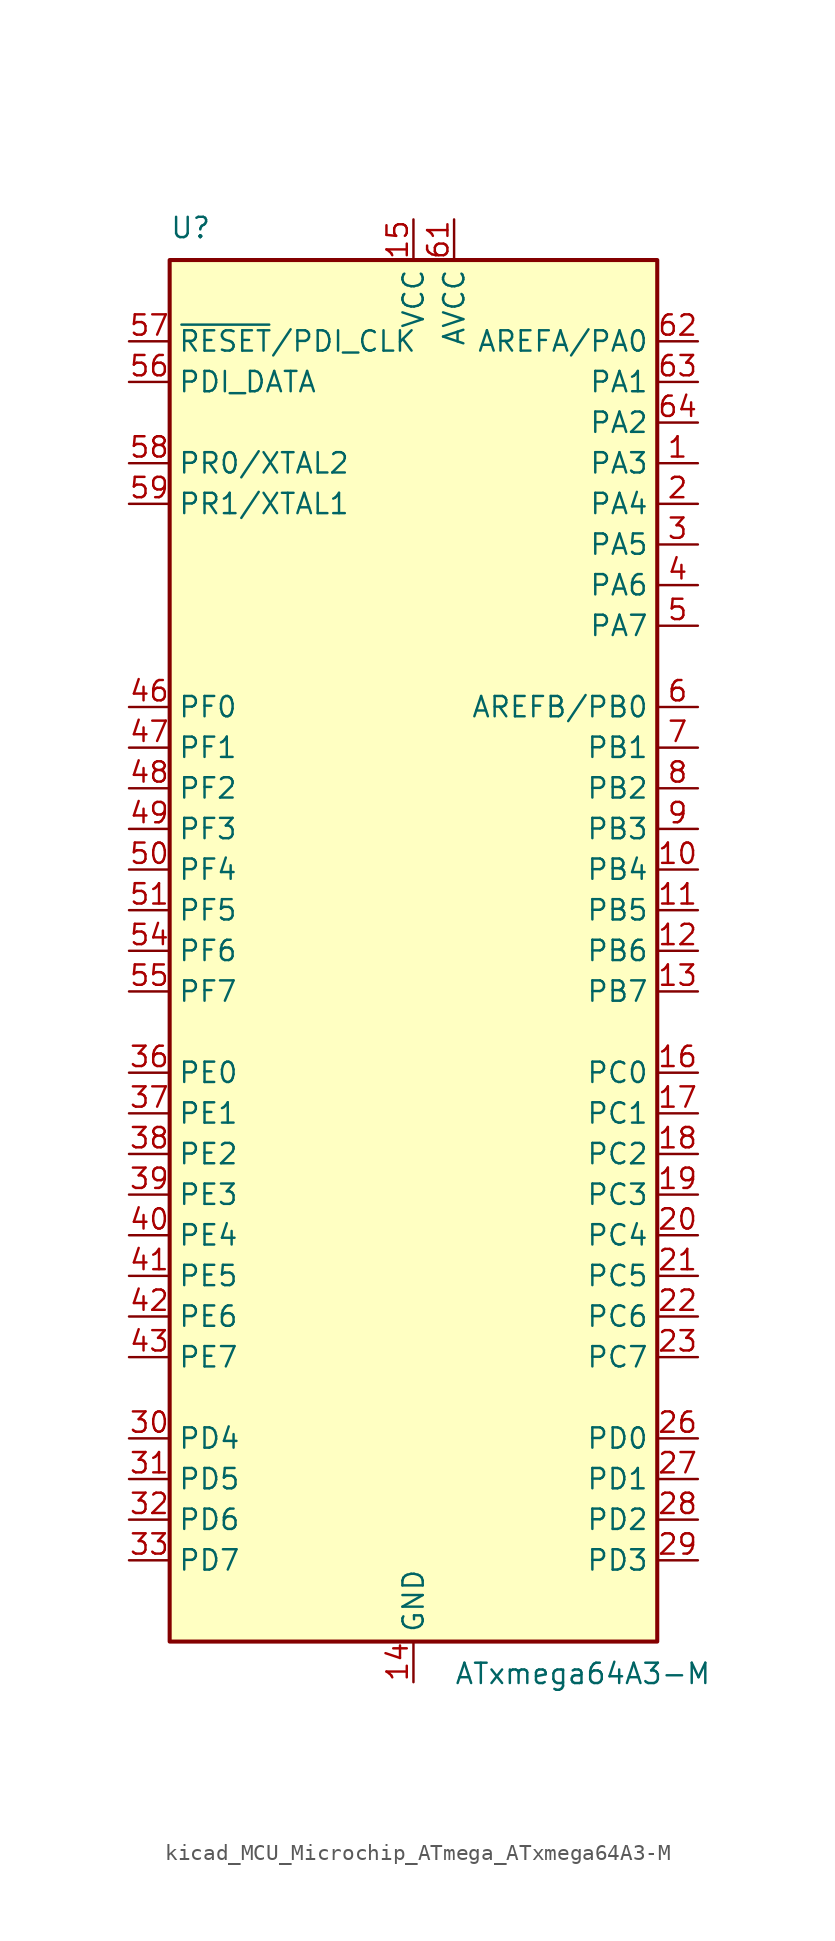
<source format=kicad_sym>
(kicad_symbol_lib
  (version 20220914)
  (generator kicad_symbol_editor)
  (symbol "kicad_MCU_Microchip_ATmega_ATxmega64A3-M"
    (property "Reference" "U"
      (at -15.24 44.45 0)
      (effects (font (size 1.27 1.27)) (justify left bottom)))
    (property "Value" "ATxmega64A3-M"
      (at 2.54 -44.45 0)
      (effects (font (size 1.27 1.27)) (justify left top)))
    (symbol "kicad_MCU_Microchip_ATmega_ATxmega64A3-M_0_1"
      (rectangle (start -15.24 -43.18) (end 15.24 43.18) (stroke (width 0.254) (type default)) (fill (type background))))
    (symbol "kicad_MCU_Microchip_ATmega_ATxmega64A3-M_1_1"
      (pin bidirectional line (at 17.78 30.48 180) (length 2.54) (name "PA3" (effects (font (size 1.27 1.27)))) (number "1" (effects (font (size 1.27 1.27)))))
      (pin bidirectional line (at 17.78 5.08 180) (length 2.54) (name "PB4" (effects (font (size 1.27 1.27)))) (number "10" (effects (font (size 1.27 1.27)))))
      (pin bidirectional line (at 17.78 2.54 180) (length 2.54) (name "PB5" (effects (font (size 1.27 1.27)))) (number "11" (effects (font (size 1.27 1.27)))))
      (pin bidirectional line (at 17.78 0 180) (length 2.54) (name "PB6" (effects (font (size 1.27 1.27)))) (number "12" (effects (font (size 1.27 1.27)))))
      (pin bidirectional line (at 17.78 -2.54 180) (length 2.54) (name "PB7" (effects (font (size 1.27 1.27)))) (number "13" (effects (font (size 1.27 1.27)))))
      (pin power_in line (at 0 -45.72 90) (length 2.54) (name "GND" (effects (font (size 1.27 1.27)))) (number "14" (effects (font (size 1.27 1.27)))))
      (pin power_in line (at 0 45.72 270) (length 2.54) (name "VCC" (effects (font (size 1.27 1.27)))) (number "15" (effects (font (size 1.27 1.27)))))
      (pin bidirectional line (at 17.78 -7.62 180) (length 2.54) (name "PC0" (effects (font (size 1.27 1.27)))) (number "16" (effects (font (size 1.27 1.27)))))
      (pin bidirectional line (at 17.78 -10.16 180) (length 2.54) (name "PC1" (effects (font (size 1.27 1.27)))) (number "17" (effects (font (size 1.27 1.27)))))
      (pin bidirectional line (at 17.78 -12.7 180) (length 2.54) (name "PC2" (effects (font (size 1.27 1.27)))) (number "18" (effects (font (size 1.27 1.27)))))
      (pin bidirectional line (at 17.78 -15.24 180) (length 2.54) (name "PC3" (effects (font (size 1.27 1.27)))) (number "19" (effects (font (size 1.27 1.27)))))
      (pin bidirectional line (at 17.78 27.94 180) (length 2.54) (name "PA4" (effects (font (size 1.27 1.27)))) (number "2" (effects (font (size 1.27 1.27)))))
      (pin bidirectional line (at 17.78 -17.78 180) (length 2.54) (name "PC4" (effects (font (size 1.27 1.27)))) (number "20" (effects (font (size 1.27 1.27)))))
      (pin bidirectional line (at 17.78 -20.32 180) (length 2.54) (name "PC5" (effects (font (size 1.27 1.27)))) (number "21" (effects (font (size 1.27 1.27)))))
      (pin bidirectional line (at 17.78 -22.86 180) (length 2.54) (name "PC6" (effects (font (size 1.27 1.27)))) (number "22" (effects (font (size 1.27 1.27)))))
      (pin bidirectional line (at 17.78 -25.4 180) (length 2.54) (name "PC7" (effects (font (size 1.27 1.27)))) (number "23" (effects (font (size 1.27 1.27)))))
      (pin passive line (at 0 -45.72 90) (length 2.54) hide (name "GND" (effects (font (size 1.27 1.27)))) (number "24" (effects (font (size 1.27 1.27)))))
      (pin passive line (at 0 45.72 270) (length 2.54) hide (name "VCC" (effects (font (size 1.27 1.27)))) (number "25" (effects (font (size 1.27 1.27)))))
      (pin bidirectional line (at 17.78 -30.48 180) (length 2.54) (name "PD0" (effects (font (size 1.27 1.27)))) (number "26" (effects (font (size 1.27 1.27)))))
      (pin bidirectional line (at 17.78 -33.02 180) (length 2.54) (name "PD1" (effects (font (size 1.27 1.27)))) (number "27" (effects (font (size 1.27 1.27)))))
      (pin bidirectional line (at 17.78 -35.56 180) (length 2.54) (name "PD2" (effects (font (size 1.27 1.27)))) (number "28" (effects (font (size 1.27 1.27)))))
      (pin bidirectional line (at 17.78 -38.1 180) (length 2.54) (name "PD3" (effects (font (size 1.27 1.27)))) (number "29" (effects (font (size 1.27 1.27)))))
      (pin bidirectional line (at 17.78 25.4 180) (length 2.54) (name "PA5" (effects (font (size 1.27 1.27)))) (number "3" (effects (font (size 1.27 1.27)))))
      (pin bidirectional line (at -17.78 -30.48 0) (length 2.54) (name "PD4" (effects (font (size 1.27 1.27)))) (number "30" (effects (font (size 1.27 1.27)))))
      (pin bidirectional line (at -17.78 -33.02 0) (length 2.54) (name "PD5" (effects (font (size 1.27 1.27)))) (number "31" (effects (font (size 1.27 1.27)))))
      (pin bidirectional line (at -17.78 -35.56 0) (length 2.54) (name "PD6" (effects (font (size 1.27 1.27)))) (number "32" (effects (font (size 1.27 1.27)))))
      (pin bidirectional line (at -17.78 -38.1 0) (length 2.54) (name "PD7" (effects (font (size 1.27 1.27)))) (number "33" (effects (font (size 1.27 1.27)))))
      (pin passive line (at 0 -45.72 90) (length 2.54) hide (name "GND" (effects (font (size 1.27 1.27)))) (number "34" (effects (font (size 1.27 1.27)))))
      (pin passive line (at 0 45.72 270) (length 2.54) hide (name "VCC" (effects (font (size 1.27 1.27)))) (number "35" (effects (font (size 1.27 1.27)))))
      (pin bidirectional line (at -17.78 -7.62 0) (length 2.54) (name "PE0" (effects (font (size 1.27 1.27)))) (number "36" (effects (font (size 1.27 1.27)))))
      (pin bidirectional line (at -17.78 -10.16 0) (length 2.54) (name "PE1" (effects (font (size 1.27 1.27)))) (number "37" (effects (font (size 1.27 1.27)))))
      (pin bidirectional line (at -17.78 -12.7 0) (length 2.54) (name "PE2" (effects (font (size 1.27 1.27)))) (number "38" (effects (font (size 1.27 1.27)))))
      (pin bidirectional line (at -17.78 -15.24 0) (length 2.54) (name "PE3" (effects (font (size 1.27 1.27)))) (number "39" (effects (font (size 1.27 1.27)))))
      (pin bidirectional line (at 17.78 22.86 180) (length 2.54) (name "PA6" (effects (font (size 1.27 1.27)))) (number "4" (effects (font (size 1.27 1.27)))))
      (pin bidirectional line (at -17.78 -17.78 0) (length 2.54) (name "PE4" (effects (font (size 1.27 1.27)))) (number "40" (effects (font (size 1.27 1.27)))))
      (pin bidirectional line (at -17.78 -20.32 0) (length 2.54) (name "PE5" (effects (font (size 1.27 1.27)))) (number "41" (effects (font (size 1.27 1.27)))))
      (pin bidirectional line (at -17.78 -22.86 0) (length 2.54) (name "PE6" (effects (font (size 1.27 1.27)))) (number "42" (effects (font (size 1.27 1.27)))))
      (pin bidirectional line (at -17.78 -25.4 0) (length 2.54) (name "PE7" (effects (font (size 1.27 1.27)))) (number "43" (effects (font (size 1.27 1.27)))))
      (pin passive line (at 0 -45.72 90) (length 2.54) hide (name "GND" (effects (font (size 1.27 1.27)))) (number "44" (effects (font (size 1.27 1.27)))))
      (pin passive line (at 0 45.72 270) (length 2.54) hide (name "VCC" (effects (font (size 1.27 1.27)))) (number "45" (effects (font (size 1.27 1.27)))))
      (pin bidirectional line (at -17.78 15.24 0) (length 2.54) (name "PF0" (effects (font (size 1.27 1.27)))) (number "46" (effects (font (size 1.27 1.27)))))
      (pin bidirectional line (at -17.78 12.7 0) (length 2.54) (name "PF1" (effects (font (size 1.27 1.27)))) (number "47" (effects (font (size 1.27 1.27)))))
      (pin bidirectional line (at -17.78 10.16 0) (length 2.54) (name "PF2" (effects (font (size 1.27 1.27)))) (number "48" (effects (font (size 1.27 1.27)))))
      (pin bidirectional line (at -17.78 7.62 0) (length 2.54) (name "PF3" (effects (font (size 1.27 1.27)))) (number "49" (effects (font (size 1.27 1.27)))))
      (pin bidirectional line (at 17.78 20.32 180) (length 2.54) (name "PA7" (effects (font (size 1.27 1.27)))) (number "5" (effects (font (size 1.27 1.27)))))
      (pin bidirectional line (at -17.78 5.08 0) (length 2.54) (name "PF4" (effects (font (size 1.27 1.27)))) (number "50" (effects (font (size 1.27 1.27)))))
      (pin bidirectional line (at -17.78 2.54 0) (length 2.54) (name "PF5" (effects (font (size 1.27 1.27)))) (number "51" (effects (font (size 1.27 1.27)))))
      (pin passive line (at 0 -45.72 90) (length 2.54) hide (name "GND" (effects (font (size 1.27 1.27)))) (number "52" (effects (font (size 1.27 1.27)))))
      (pin passive line (at 0 45.72 270) (length 2.54) hide (name "VCC" (effects (font (size 1.27 1.27)))) (number "53" (effects (font (size 1.27 1.27)))))
      (pin bidirectional line (at -17.78 0 0) (length 2.54) (name "PF6" (effects (font (size 1.27 1.27)))) (number "54" (effects (font (size 1.27 1.27)))))
      (pin bidirectional line (at -17.78 -2.54 0) (length 2.54) (name "PF7" (effects (font (size 1.27 1.27)))) (number "55" (effects (font (size 1.27 1.27)))))
      (pin bidirectional line (at -17.78 35.56 0) (length 2.54) (name "PDI_DATA" (effects (font (size 1.27 1.27)))) (number "56" (effects (font (size 1.27 1.27)))))
      (pin input line (at -17.78 38.1 0) (length 2.54) (name "~{RESET}/PDI_CLK" (effects (font (size 1.27 1.27)))) (number "57" (effects (font (size 1.27 1.27)))))
      (pin bidirectional line (at -17.78 30.48 0) (length 2.54) (name "PR0/XTAL2" (effects (font (size 1.27 1.27)))) (number "58" (effects (font (size 1.27 1.27)))))
      (pin bidirectional line (at -17.78 27.94 0) (length 2.54) (name "PR1/XTAL1" (effects (font (size 1.27 1.27)))) (number "59" (effects (font (size 1.27 1.27)))))
      (pin bidirectional line (at 17.78 15.24 180) (length 2.54) (name "AREFB/PB0" (effects (font (size 1.27 1.27)))) (number "6" (effects (font (size 1.27 1.27)))))
      (pin passive line (at 0 -45.72 90) (length 2.54) hide (name "GND" (effects (font (size 1.27 1.27)))) (number "60" (effects (font (size 1.27 1.27)))))
      (pin power_in line (at 2.54 45.72 270) (length 2.54) (name "AVCC" (effects (font (size 1.27 1.27)))) (number "61" (effects (font (size 1.27 1.27)))))
      (pin bidirectional line (at 17.78 38.1 180) (length 2.54) (name "AREFA/PA0" (effects (font (size 1.27 1.27)))) (number "62" (effects (font (size 1.27 1.27)))))
      (pin bidirectional line (at 17.78 35.56 180) (length 2.54) (name "PA1" (effects (font (size 1.27 1.27)))) (number "63" (effects (font (size 1.27 1.27)))))
      (pin bidirectional line (at 17.78 33.02 180) (length 2.54) (name "PA2" (effects (font (size 1.27 1.27)))) (number "64" (effects (font (size 1.27 1.27)))))
      (pin passive line (at 0 -45.72 90) (length 2.54) hide (name "GND" (effects (font (size 1.27 1.27)))) (number "65" (effects (font (size 1.27 1.27)))))
      (pin bidirectional line (at 17.78 12.7 180) (length 2.54) (name "PB1" (effects (font (size 1.27 1.27)))) (number "7" (effects (font (size 1.27 1.27)))))
      (pin bidirectional line (at 17.78 10.16 180) (length 2.54) (name "PB2" (effects (font (size 1.27 1.27)))) (number "8" (effects (font (size 1.27 1.27)))))
      (pin bidirectional line (at 17.78 7.62 180) (length 2.54) (name "PB3" (effects (font (size 1.27 1.27)))) (number "9" (effects (font (size 1.27 1.27))))))))
</source>
